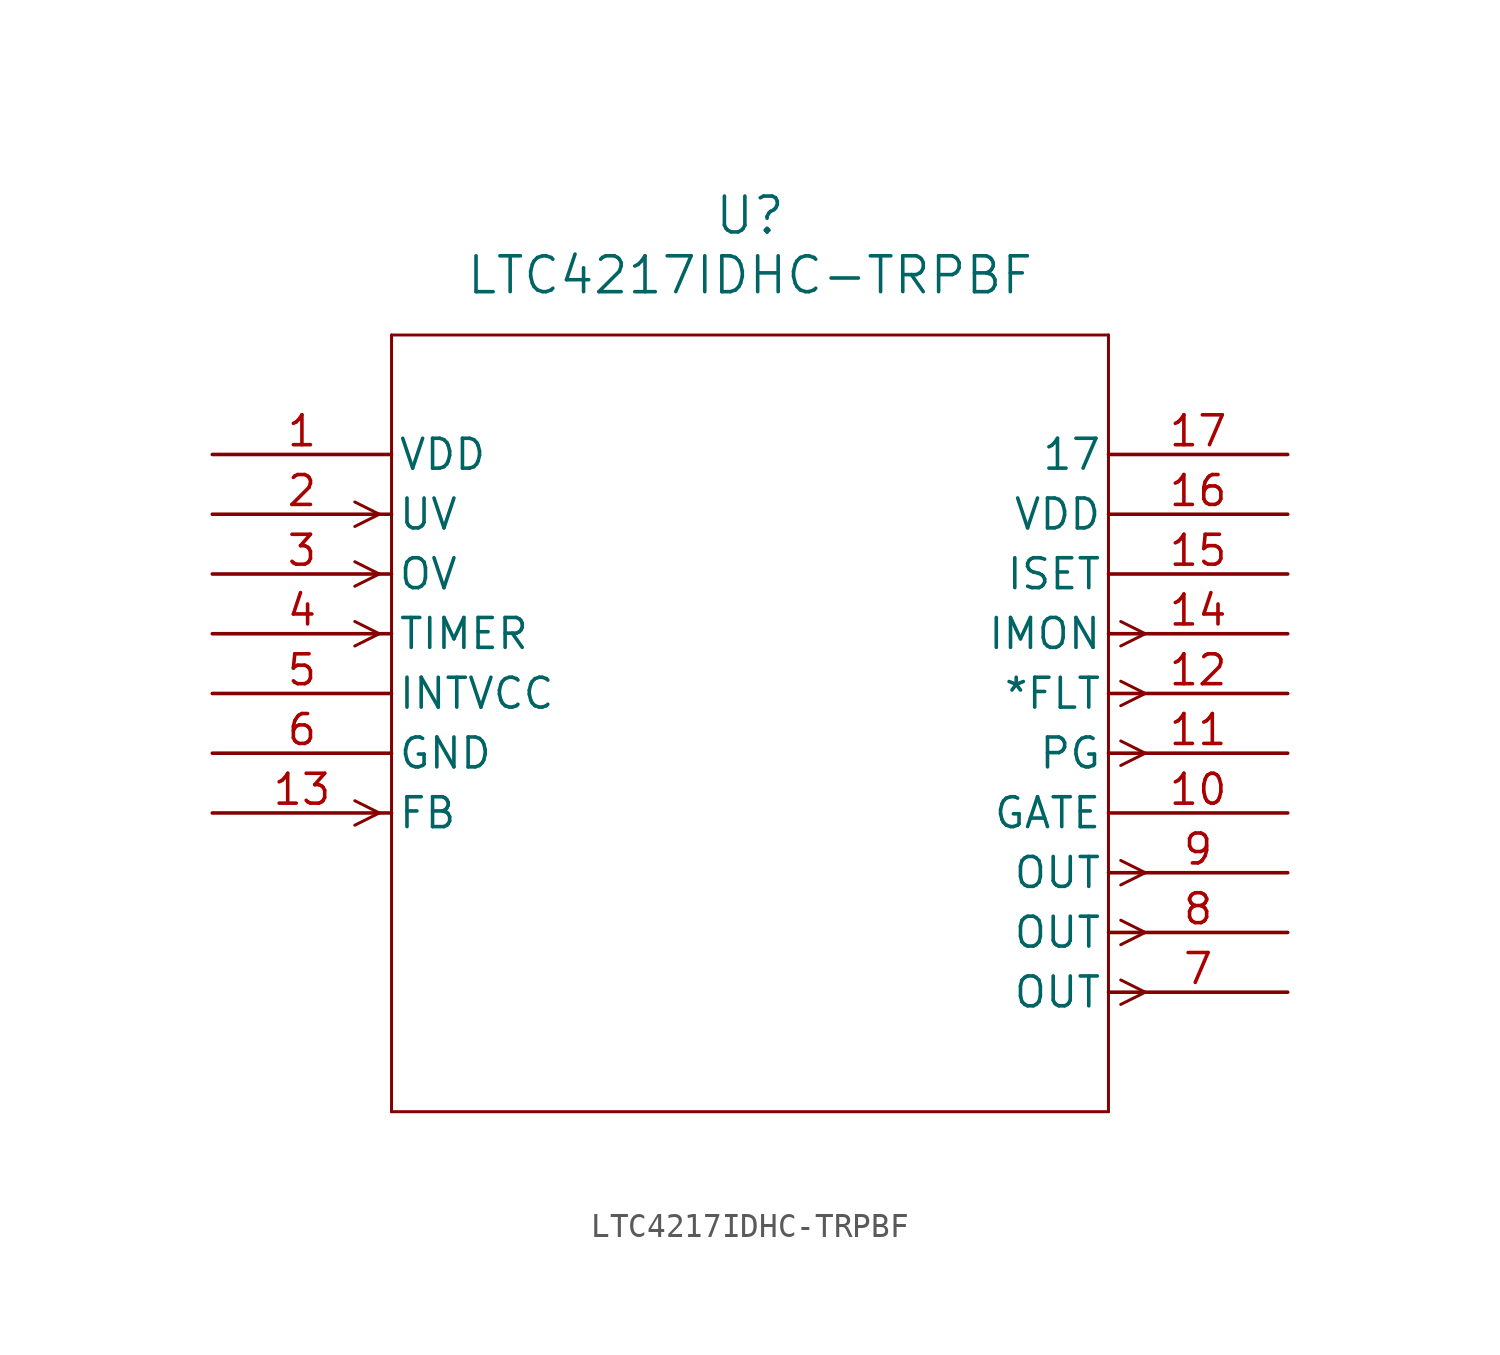
<source format=kicad_sym>
(kicad_symbol_lib
  (version 20211014)
  (generator kicad_symbol_editor)
  (symbol "LTC4217IDHC-TRPBF"
    (pin_names
      (offset 0.254))
    (property "Reference" "U"
      (at 22.86 10.16 0)
      (effects (font (size 1.524 1.524))))
    (property "Value" "LTC4217IDHC-TRPBF"
      (at 22.86 7.62 0)
      (effects (font (size 1.524 1.524))))
    (symbol "LTC4217IDHC-TRPBF_0_1"
      (polyline (pts (xy 7.099 -2.54) (xy 6.058 -2.019)) (stroke (width 0.127) (type default) (color 0 0 0 0)) (fill (type none)))
      (polyline (pts (xy 7.099 -2.54) (xy 6.058 -3.061)) (stroke (width 0.127) (type default) (color 0 0 0 0)) (fill (type none)))
      (polyline (pts (xy 7.099 -5.08) (xy 6.058 -4.559)) (stroke (width 0.127) (type default) (color 0 0 0 0)) (fill (type none)))
      (polyline (pts (xy 7.099 -5.08) (xy 6.058 -5.601)) (stroke (width 0.127) (type default) (color 0 0 0 0)) (fill (type none)))
      (polyline (pts (xy 7.099 -7.62) (xy 6.058 -7.099)) (stroke (width 0.127) (type default) (color 0 0 0 0)) (fill (type none)))
      (polyline (pts (xy 7.099 -7.62) (xy 6.058 -8.141)) (stroke (width 0.127) (type default) (color 0 0 0 0)) (fill (type none)))
      (polyline (pts (xy 7.099 -15.24) (xy 6.058 -14.719)) (stroke (width 0.127) (type default) (color 0 0 0 0)) (fill (type none)))
      (polyline (pts (xy 7.099 -15.24) (xy 6.058 -15.761)) (stroke (width 0.127) (type default) (color 0 0 0 0)) (fill (type none)))
      (polyline (pts (xy 38.621 -22.339) (xy 39.662 -22.86)) (stroke (width 0.127) (type default) (color 0 0 0 0)) (fill (type none)))
      (polyline (pts (xy 38.621 -23.381) (xy 39.662 -22.86)) (stroke (width 0.127) (type default) (color 0 0 0 0)) (fill (type none)))
      (polyline (pts (xy 38.621 -19.799) (xy 39.662 -20.32)) (stroke (width 0.127) (type default) (color 0 0 0 0)) (fill (type none)))
      (polyline (pts (xy 38.621 -20.841) (xy 39.662 -20.32)) (stroke (width 0.127) (type default) (color 0 0 0 0)) (fill (type none)))
      (polyline (pts (xy 38.621 -17.259) (xy 39.662 -17.78)) (stroke (width 0.127) (type default) (color 0 0 0 0)) (fill (type none)))
      (polyline (pts (xy 38.621 -18.301) (xy 39.662 -17.78)) (stroke (width 0.127) (type default) (color 0 0 0 0)) (fill (type none)))
      (polyline (pts (xy 38.621 -12.179) (xy 39.662 -12.7)) (stroke (width 0.127) (type default) (color 0 0 0 0)) (fill (type none)))
      (polyline (pts (xy 38.621 -13.221) (xy 39.662 -12.7)) (stroke (width 0.127) (type default) (color 0 0 0 0)) (fill (type none)))
      (polyline (pts (xy 38.621 -9.639) (xy 39.662 -10.16)) (stroke (width 0.127) (type default) (color 0 0 0 0)) (fill (type none)))
      (polyline (pts (xy 38.621 -10.681) (xy 39.662 -10.16)) (stroke (width 0.127) (type default) (color 0 0 0 0)) (fill (type none)))
      (polyline (pts (xy 38.621 -7.099) (xy 39.662 -7.62)) (stroke (width 0.127) (type default) (color 0 0 0 0)) (fill (type none)))
      (polyline (pts (xy 38.621 -8.141) (xy 39.662 -7.62)) (stroke (width 0.127) (type default) (color 0 0 0 0)) (fill (type none)))
      (polyline (pts (xy 7.62 5.08) (xy 7.62 -27.94)) (stroke (width 0.127) (type default) (color 0 0 0 0)) (fill (type none)))
      (polyline (pts (xy 7.62 -27.94) (xy 38.1 -27.94)) (stroke (width 0.127) (type default) (color 0 0 0 0)) (fill (type none)))
      (polyline (pts (xy 38.1 -27.94) (xy 38.1 5.08)) (stroke (width 0.127) (type default) (color 0 0 0 0)) (fill (type none)))
      (polyline (pts (xy 38.1 5.08) (xy 7.62 5.08)) (stroke (width 0.127) (type default) (color 0 0 0 0)) (fill (type none)))
      (pin power_in line (at 0 0 0) (length 7.62) (name "VDD" (effects (font (size 1.27 1.27)))) (number "1" (effects (font (size 1.27 1.27)))))
      (pin input line (at 0 -2.54 0) (length 7.62) (name "UV" (effects (font (size 1.27 1.27)))) (number "2" (effects (font (size 1.27 1.27)))))
      (pin input line (at 0 -5.08 0) (length 7.62) (name "OV" (effects (font (size 1.27 1.27)))) (number "3" (effects (font (size 1.27 1.27)))))
      (pin input line (at 0 -7.62 0) (length 7.62) (name "TIMER" (effects (font (size 1.27 1.27)))) (number "4" (effects (font (size 1.27 1.27)))))
      (pin power_in line (at 0 -10.16 0) (length 7.62) (name "INTVCC" (effects (font (size 1.27 1.27)))) (number "5" (effects (font (size 1.27 1.27)))))
      (pin power_in line (at 0 -12.7 0) (length 7.62) (name "GND" (effects (font (size 1.27 1.27)))) (number "6" (effects (font (size 1.27 1.27)))))
      (pin output line (at 45.72 -22.86 180) (length 7.62) (name "OUT" (effects (font (size 1.27 1.27)))) (number "7" (effects (font (size 1.27 1.27)))))
      (pin output line (at 45.72 -20.32 180) (length 7.62) (name "OUT" (effects (font (size 1.27 1.27)))) (number "8" (effects (font (size 1.27 1.27)))))
      (pin output line (at 45.72 -17.78 180) (length 7.62) (name "OUT" (effects (font (size 1.27 1.27)))) (number "9" (effects (font (size 1.27 1.27)))))
      (pin unspecified line (at 45.72 -15.24 180) (length 7.62) (name "GATE" (effects (font (size 1.27 1.27)))) (number "10" (effects (font (size 1.27 1.27)))))
      (pin output line (at 45.72 -12.7 180) (length 7.62) (name "PG" (effects (font (size 1.27 1.27)))) (number "11" (effects (font (size 1.27 1.27)))))
      (pin output line (at 45.72 -10.16 180) (length 7.62) (name "*FLT" (effects (font (size 1.27 1.27)))) (number "12" (effects (font (size 1.27 1.27)))))
      (pin input line (at 0 -15.24 0) (length 7.62) (name "FB" (effects (font (size 1.27 1.27)))) (number "13" (effects (font (size 1.27 1.27)))))
      (pin output line (at 45.72 -7.62 180) (length 7.62) (name "IMON" (effects (font (size 1.27 1.27)))) (number "14" (effects (font (size 1.27 1.27)))))
      (pin unspecified line (at 45.72 -5.08 180) (length 7.62) (name "ISET" (effects (font (size 1.27 1.27)))) (number "15" (effects (font (size 1.27 1.27)))))
      (pin power_in line (at 45.72 -2.54 180) (length 7.62) (name "VDD" (effects (font (size 1.27 1.27)))) (number "16" (effects (font (size 1.27 1.27)))))
      (pin unspecified line (at 45.72 0 180) (length 7.62) (name "17" (effects (font (size 1.27 1.27)))) (number "17" (effects (font (size 1.27 1.27))))))))
</source>
